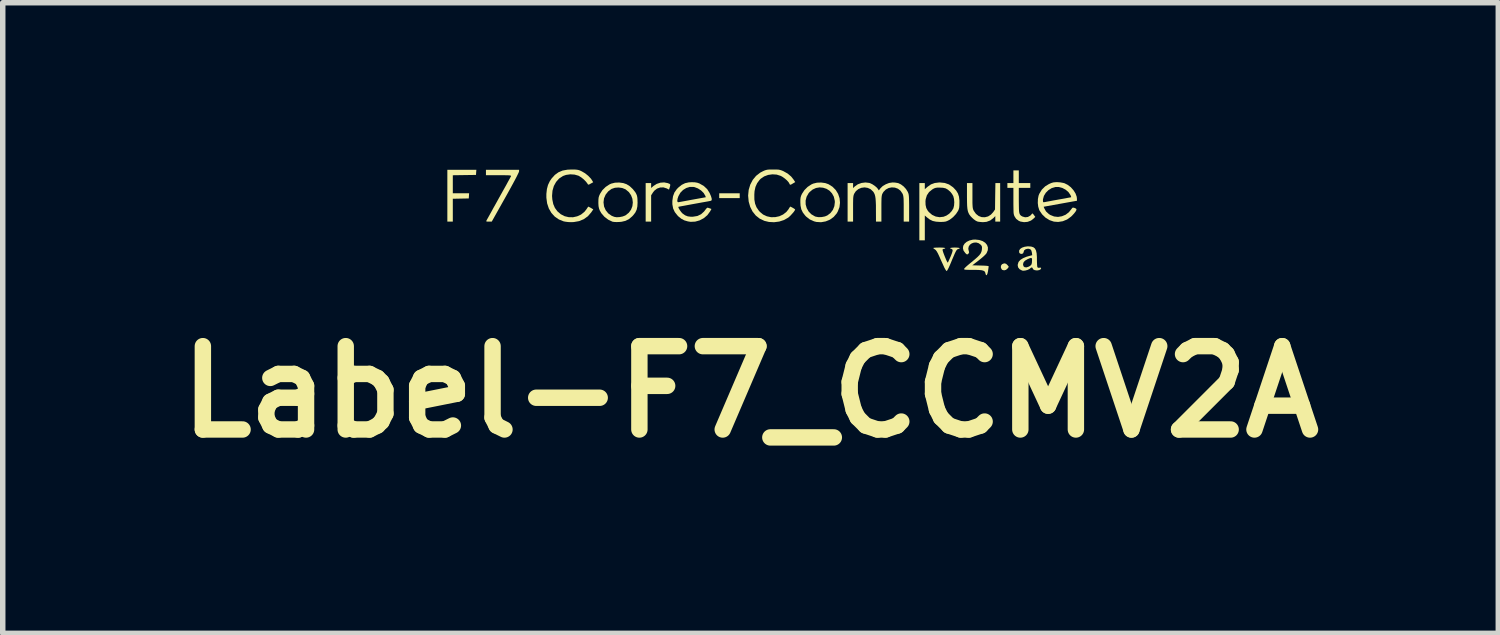
<source format=kicad_pcb>
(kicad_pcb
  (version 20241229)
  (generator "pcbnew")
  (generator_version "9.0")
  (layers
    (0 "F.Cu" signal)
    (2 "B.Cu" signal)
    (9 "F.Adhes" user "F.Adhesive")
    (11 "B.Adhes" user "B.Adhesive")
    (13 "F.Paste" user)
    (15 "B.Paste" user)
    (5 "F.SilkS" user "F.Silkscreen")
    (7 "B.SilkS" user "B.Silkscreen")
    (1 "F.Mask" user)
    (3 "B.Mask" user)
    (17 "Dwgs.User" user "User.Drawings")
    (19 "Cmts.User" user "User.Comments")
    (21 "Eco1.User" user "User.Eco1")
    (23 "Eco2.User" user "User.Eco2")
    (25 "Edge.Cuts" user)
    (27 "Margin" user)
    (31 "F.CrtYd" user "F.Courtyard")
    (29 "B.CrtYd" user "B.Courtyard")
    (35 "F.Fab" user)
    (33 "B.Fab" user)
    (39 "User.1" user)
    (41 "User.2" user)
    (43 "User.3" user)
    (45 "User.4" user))
  (footprint "Label-F7_CCMV2A"
    (layer "F.Cu")
    (at 10.875 0.915)
    (property "Reference" "Label-F7_CCMV2A" (at -0.2 3.2 0) (layer "F.SilkS") (effects (font (size 1.524 1.524) (thickness 0.3))))
    (attr through_hole)
    (fp_poly (pts (xy -0.397 -0.342) (xy -0.772 -0.342) (xy -0.772 -0.43) (xy -0.397 -0.43) (xy -0.397 -0.342)) (stroke (width 0) (type solid)) (fill yes) (layer "F.SilkS"))
    (fp_poly (pts (xy -5.217 -0.813) (xy -5.22 -0.766) (xy -5.644 -0.76) (xy -5.644 -0.43) (xy -5.346 -0.43) (xy -5.349 -0.383) (xy -5.352 -0.336) (xy -5.644 -0.33) (xy -5.644 0.088) (xy -5.744 0.088) (xy -5.744 -0.86) (xy -5.213 -0.86) (xy -5.217 -0.813)) (stroke (width 0) (type solid)) (fill yes) (layer "F.SilkS"))
    (fp_poly (pts (xy 4.474 0.859) (xy 4.502 0.885) (xy 4.524 0.915) (xy 4.502 0.945) (xy 4.473 0.97) (xy 4.439 0.979) (xy 4.408 0.972) (xy 4.395 0.962) (xy 4.379 0.93) (xy 4.38 0.896) (xy 4.398 0.869) (xy 4.404 0.865) (xy 4.44 0.851) (xy 4.474 0.859)) (stroke (width 0) (type solid)) (fill yes) (layer "F.SilkS"))
    (fp_poly (pts (xy -1.713 -0.616) (xy -1.703 -0.612) (xy -1.679 -0.602) (xy -1.668 -0.591) (xy -1.668 -0.573) (xy -1.676 -0.542) (xy -1.677 -0.539) (xy -1.69 -0.497) (xy -1.732 -0.519) (xy -1.791 -0.538) (xy -1.852 -0.536) (xy -1.909 -0.516) (xy -1.958 -0.478) (xy -1.984 -0.445) (xy -2.017 -0.393) (xy -2.017 0.088) (xy -2.117 0.088) (xy -2.117 -0.617) (xy -2.017 -0.617) (xy -2.017 -0.527) (xy -1.973 -0.565) (xy -1.915 -0.602) (xy -1.848 -0.624) (xy -1.779 -0.629) (xy -1.713 -0.616)) (stroke (width 0) (type solid)) (fill yes) (layer "F.SilkS"))
    (fp_poly (pts (xy -4.432 -0.832) (xy -4.437 -0.816) (xy -4.453 -0.782) (xy -4.477 -0.733) (xy -4.51 -0.67) (xy -4.551 -0.594) (xy -4.598 -0.508) (xy -4.651 -0.412) (xy -4.682 -0.357) (xy -4.932 0.088) (xy -4.986 0.088) (xy -5.017 0.088) (xy -5.031 0.084) (xy -5.031 0.075) (xy -5.026 0.063) (xy -5.018 0.049) (xy -5 0.017) (xy -4.974 -0.03) (xy -4.941 -0.089) (xy -4.903 -0.159) (xy -4.859 -0.237) (xy -4.813 -0.32) (xy -4.8 -0.344) (xy -4.753 -0.428) (xy -4.709 -0.507) (xy -4.669 -0.578) (xy -4.636 -0.639) (xy -4.609 -0.688) (xy -4.59 -0.723) (xy -4.58 -0.741) (xy -4.579 -0.743) (xy -4.579 -0.749) (xy -4.585 -0.753) (xy -4.6 -0.757) (xy -4.626 -0.759) (xy -4.667 -0.76) (xy -4.724 -0.761) (xy -4.8 -0.761) (xy -5.038 -0.761) (xy -5.038 -0.86) (xy -4.432 -0.86) (xy -4.432 -0.832)) (stroke (width 0) (type solid)) (fill yes) (layer "F.SilkS"))
    (fp_poly (pts (xy 3.859 -0.388) (xy 3.859 -0.311) (xy 3.859 -0.252) (xy 3.861 -0.208) (xy 3.863 -0.177) (xy 3.867 -0.153) (xy 3.872 -0.134) (xy 3.88 -0.117) (xy 3.883 -0.11) (xy 3.923 -0.054) (xy 3.972 -0.015) (xy 4.028 0.006) (xy 4.087 0.008) (xy 4.145 -0.007) (xy 4.198 -0.041) (xy 4.239 -0.086) (xy 4.272 -0.134) (xy 4.275 -0.376) (xy 4.279 -0.617) (xy 4.366 -0.617) (xy 4.366 0.088) (xy 4.277 0.088) (xy 4.277 -0.013) (xy 4.242 0.023) (xy 4.184 0.067) (xy 4.117 0.092) (xy 4.051 0.098) (xy 4.008 0.095) (xy 3.967 0.09) (xy 3.947 0.085) (xy 3.919 0.071) (xy 3.884 0.046) (xy 3.852 0.017) (xy 3.824 -0.012) (xy 3.803 -0.04) (xy 3.787 -0.07) (xy 3.775 -0.104) (xy 3.767 -0.147) (xy 3.762 -0.202) (xy 3.76 -0.271) (xy 3.759 -0.359) (xy 3.759 -0.382) (xy 3.759 -0.617) (xy 3.859 -0.617) (xy 3.859 -0.388)) (stroke (width 0) (type solid)) (fill yes) (layer "F.SilkS"))
    (fp_poly (pts (xy 4.707 -0.617) (xy 4.917 -0.617) (xy 4.917 -0.529) (xy 4.707 -0.529) (xy 4.707 -0.3) (xy 4.708 -0.218) (xy 4.709 -0.154) (xy 4.711 -0.107) (xy 4.716 -0.072) (xy 4.724 -0.048) (xy 4.736 -0.031) (xy 4.751 -0.018) (xy 4.772 -0.006) (xy 4.774 -0.005) (xy 4.823 0.009) (xy 4.873 0.003) (xy 4.918 -0.022) (xy 4.943 -0.049) (xy 4.953 -0.061) (xy 4.963 -0.058) (xy 4.978 -0.04) (xy 4.982 -0.034) (xy 5.008 0.001) (xy 4.982 0.028) (xy 4.931 0.068) (xy 4.869 0.092) (xy 4.803 0.098) (xy 4.738 0.087) (xy 4.707 0.074) (xy 4.659 0.038) (xy 4.634 0.000441) (xy 4.625 -0.016) (xy 4.619 -0.033) (xy 4.614 -0.053) (xy 4.611 -0.08) (xy 4.61 -0.116) (xy 4.609 -0.166) (xy 4.608 -0.232) (xy 4.608 -0.288) (xy 4.608 -0.529) (xy 4.498 -0.529) (xy 4.498 -0.617) (xy 4.608 -0.617) (xy 4.608 -0.849) (xy 4.707 -0.849) (xy 4.707 -0.617)) (stroke (width 0) (type solid)) (fill yes) (layer "F.SilkS"))
    (fp_poly (pts (xy 1.167 -0.617) (xy 1.227 -0.596) (xy 1.301 -0.549) (xy 1.36 -0.489) (xy 1.403 -0.418) (xy 1.429 -0.34) (xy 1.437 -0.258) (xy 1.427 -0.176) (xy 1.396 -0.096) (xy 1.376 -0.061) (xy 1.321 0.003) (xy 1.253 0.052) (xy 1.175 0.084) (xy 1.091 0.099) (xy 1.006 0.094) (xy 0.963 0.083) (xy 0.886 0.049) (xy 0.818 -0.004) (xy 0.8 -0.023) (xy 0.757 -0.079) (xy 0.729 -0.137) (xy 0.715 -0.204) (xy 0.712 -0.265) (xy 0.712 -0.297) (xy 0.808 -0.297) (xy 0.809 -0.226) (xy 0.828 -0.159) (xy 0.863 -0.097) (xy 0.913 -0.046) (xy 0.978 -0.008) (xy 0.988 -0.004) (xy 1.04 0.006) (xy 1.101 0.005) (xy 1.162 -0.007) (xy 1.205 -0.025) (xy 1.263 -0.069) (xy 1.307 -0.127) (xy 1.334 -0.195) (xy 1.343 -0.27) (xy 1.341 -0.295) (xy 1.324 -0.368) (xy 1.291 -0.428) (xy 1.246 -0.477) (xy 1.19 -0.512) (xy 1.128 -0.532) (xy 1.063 -0.538) (xy 0.998 -0.527) (xy 0.937 -0.499) (xy 0.882 -0.454) (xy 0.863 -0.432) (xy 0.826 -0.367) (xy 0.808 -0.297) (xy 0.712 -0.297) (xy 0.712 -0.315) (xy 0.716 -0.352) (xy 0.725 -0.384) (xy 0.741 -0.419) (xy 0.742 -0.421) (xy 0.786 -0.488) (xy 0.845 -0.547) (xy 0.913 -0.592) (xy 0.946 -0.607) (xy 1.015 -0.624) (xy 1.092 -0.627) (xy 1.167 -0.617)) (stroke (width 0) (type solid)) (fill yes) (layer "F.SilkS"))
    (fp_poly (pts (xy 3.585 0.564) (xy 3.615 0.568) (xy 3.627 0.574) (xy 3.62 0.582) (xy 3.6 0.589) (xy 3.588 0.593) (xy 3.577 0.601) (xy 3.565 0.616) (xy 3.552 0.639) (xy 3.535 0.674) (xy 3.514 0.723) (xy 3.486 0.788) (xy 3.467 0.835) (xy 3.443 0.891) (xy 3.422 0.937) (xy 3.404 0.971) (xy 3.391 0.99) (xy 3.388 0.992) (xy 3.377 0.983) (xy 3.361 0.958) (xy 3.342 0.923) (xy 3.34 0.918) (xy 3.321 0.875) (xy 3.296 0.821) (xy 3.27 0.763) (xy 3.255 0.729) (xy 3.228 0.671) (xy 3.206 0.632) (xy 3.187 0.607) (xy 3.173 0.596) (xy 3.152 0.582) (xy 3.142 0.571) (xy 3.142 0.571) (xy 3.152 0.567) (xy 3.18 0.564) (xy 3.22 0.563) (xy 3.252 0.562) (xy 3.303 0.563) (xy 3.34 0.566) (xy 3.36 0.571) (xy 3.362 0.573) (xy 3.353 0.582) (xy 3.34 0.584) (xy 3.319 0.591) (xy 3.312 0.6) (xy 3.314 0.614) (xy 3.322 0.643) (xy 3.336 0.682) (xy 3.353 0.725) (xy 3.37 0.766) (xy 3.386 0.803) (xy 3.399 0.828) (xy 3.407 0.838) (xy 3.414 0.828) (xy 3.426 0.802) (xy 3.443 0.764) (xy 3.46 0.726) (xy 3.481 0.673) (xy 3.493 0.636) (xy 3.497 0.613) (xy 3.494 0.6) (xy 3.493 0.599) (xy 3.475 0.586) (xy 3.466 0.584) (xy 3.452 0.578) (xy 3.451 0.573) (xy 3.461 0.568) (xy 3.489 0.564) (xy 3.531 0.562) (xy 3.539 0.562) (xy 3.585 0.564)) (stroke (width 0) (type solid)) (fill yes) (layer "F.SilkS"))
    (fp_poly (pts (xy -2.526 -0.617) (xy -2.466 -0.596) (xy -2.407 -0.559) (xy -2.352 -0.507) (xy -2.306 -0.449) (xy -2.291 -0.422) (xy -2.278 -0.392) (xy -2.271 -0.361) (xy -2.267 -0.324) (xy -2.266 -0.272) (xy -2.265 -0.265) (xy -2.269 -0.189) (xy -2.282 -0.129) (xy -2.307 -0.077) (xy -2.346 -0.027) (xy -2.365 -0.007) (xy -2.424 0.043) (xy -2.487 0.074) (xy -2.559 0.091) (xy -2.607 0.095) (xy -2.653 0.096) (xy -2.693 0.094) (xy -2.72 0.09) (xy -2.723 0.09) (xy -2.801 0.053) (xy -2.871 -0.000155) (xy -2.928 -0.066) (xy -2.958 -0.119) (xy -2.971 -0.155) (xy -2.979 -0.195) (xy -2.982 -0.246) (xy -2.982 -0.265) (xy -2.888 -0.265) (xy -2.878 -0.188) (xy -2.848 -0.12) (xy -2.801 -0.062) (xy -2.738 -0.018) (xy -2.69 0.001) (xy -2.647 0.008) (xy -2.593 0.005) (xy -2.538 -0.006) (xy -2.491 -0.024) (xy -2.484 -0.028) (xy -2.426 -0.074) (xy -2.385 -0.13) (xy -2.36 -0.194) (xy -2.352 -0.262) (xy -2.36 -0.33) (xy -2.384 -0.394) (xy -2.424 -0.452) (xy -2.481 -0.499) (xy -2.488 -0.504) (xy -2.546 -0.527) (xy -2.613 -0.536) (xy -2.68 -0.531) (xy -2.738 -0.511) (xy -2.74 -0.511) (xy -2.802 -0.465) (xy -2.849 -0.406) (xy -2.879 -0.337) (xy -2.888 -0.265) (xy -2.982 -0.265) (xy -2.981 -0.316) (xy -2.977 -0.353) (xy -2.967 -0.386) (xy -2.951 -0.421) (xy -2.908 -0.488) (xy -2.848 -0.547) (xy -2.78 -0.592) (xy -2.747 -0.607) (xy -2.678 -0.624) (xy -2.601 -0.627) (xy -2.526 -0.617)) (stroke (width 0) (type solid)) (fill yes) (layer "F.SilkS"))
    (fp_poly (pts (xy -3.419 -0.865) (xy -3.38 -0.862) (xy -3.349 -0.857) (xy -3.319 -0.847) (xy -3.285 -0.831) (xy -3.225 -0.796) (xy -3.168 -0.75) (xy -3.119 -0.699) (xy -3.096 -0.665) (xy -3.077 -0.632) (xy -3.122 -0.607) (xy -3.149 -0.592) (xy -3.164 -0.588) (xy -3.173 -0.593) (xy -3.178 -0.602) (xy -3.207 -0.641) (xy -3.249 -0.684) (xy -3.295 -0.721) (xy -3.339 -0.748) (xy -3.344 -0.751) (xy -3.417 -0.772) (xy -3.496 -0.777) (xy -3.574 -0.766) (xy -3.63 -0.746) (xy -3.7 -0.7) (xy -3.755 -0.638) (xy -3.796 -0.564) (xy -3.821 -0.478) (xy -3.829 -0.382) (xy -3.824 -0.316) (xy -3.807 -0.233) (xy -3.777 -0.163) (xy -3.732 -0.101) (xy -3.731 -0.1) (xy -3.669 -0.047) (xy -3.599 -0.011) (xy -3.523 0.007) (xy -3.445 0.008) (xy -3.369 -0.009) (xy -3.299 -0.041) (xy -3.237 -0.091) (xy -3.202 -0.135) (xy -3.184 -0.162) (xy -3.171 -0.181) (xy -3.168 -0.186) (xy -3.158 -0.183) (xy -3.135 -0.171) (xy -3.12 -0.163) (xy -3.075 -0.136) (xy -3.112 -0.082) (xy -3.173 -0.011) (xy -3.248 0.043) (xy -3.335 0.079) (xy -3.432 0.096) (xy -3.482 0.098) (xy -3.532 0.096) (xy -3.581 0.09) (xy -3.618 0.083) (xy -3.705 0.048) (xy -3.78 -0.004) (xy -3.841 -0.071) (xy -3.888 -0.152) (xy -3.919 -0.245) (xy -3.933 -0.349) (xy -3.933 -0.419) (xy -3.923 -0.508) (xy -3.903 -0.583) (xy -3.87 -0.652) (xy -3.836 -0.702) (xy -3.777 -0.767) (xy -3.712 -0.814) (xy -3.636 -0.846) (xy -3.547 -0.862) (xy -3.473 -0.865) (xy -3.419 -0.865)) (stroke (width 0) (type solid)) (fill yes) (layer "F.SilkS"))
    (fp_poly (pts (xy 3.353 -0.619) (xy 3.43 -0.592) (xy 3.499 -0.544) (xy 3.513 -0.532) (xy 3.562 -0.479) (xy 3.594 -0.426) (xy 3.613 -0.368) (xy 3.621 -0.298) (xy 3.621 -0.265) (xy 3.62 -0.21) (xy 3.617 -0.17) (xy 3.609 -0.139) (xy 3.597 -0.11) (xy 3.597 -0.11) (xy 3.558 -0.051) (xy 3.505 0.006) (xy 3.445 0.052) (xy 3.423 0.064) (xy 3.392 0.079) (xy 3.363 0.088) (xy 3.329 0.092) (xy 3.281 0.094) (xy 3.269 0.094) (xy 3.194 0.089) (xy 3.133 0.076) (xy 3.079 0.05) (xy 3.028 0.011) (xy 2.988 -0.024) (xy 2.988 0.43) (xy 2.888 0.43) (xy 2.888 -0.286) (xy 3 -0.286) (xy 3.002 -0.217) (xy 3.015 -0.16) (xy 3.042 -0.111) (xy 3.063 -0.086) (xy 3.121 -0.036) (xy 3.187 -0.005) (xy 3.258 0.007) (xy 3.33 -0.001) (xy 3.383 -0.022) (xy 3.435 -0.057) (xy 3.48 -0.105) (xy 3.511 -0.156) (xy 3.511 -0.157) (xy 3.523 -0.206) (xy 3.527 -0.266) (xy 3.522 -0.326) (xy 3.509 -0.377) (xy 3.507 -0.381) (xy 3.486 -0.418) (xy 3.458 -0.454) (xy 3.451 -0.461) (xy 3.409 -0.497) (xy 3.369 -0.52) (xy 3.321 -0.531) (xy 3.262 -0.534) (xy 3.216 -0.534) (xy 3.184 -0.529) (xy 3.156 -0.519) (xy 3.125 -0.501) (xy 3.066 -0.453) (xy 3.026 -0.394) (xy 3.004 -0.322) (xy 3 -0.286) (xy 2.888 -0.286) (xy 2.888 -0.617) (xy 2.988 -0.617) (xy 2.988 -0.505) (xy 3.038 -0.549) (xy 3.1 -0.593) (xy 3.169 -0.618) (xy 3.25 -0.628) (xy 3.265 -0.628) (xy 3.353 -0.619)) (stroke (width 0) (type solid)) (fill yes) (layer "F.SilkS"))
    (fp_poly (pts (xy 3.984 0.424) (xy 4.045 0.444) (xy 4.093 0.475) (xy 4.126 0.515) (xy 4.142 0.56) (xy 4.14 0.61) (xy 4.119 0.662) (xy 4.107 0.679) (xy 4.086 0.701) (xy 4.053 0.732) (xy 4.011 0.767) (xy 3.966 0.803) (xy 3.856 0.887) (xy 4.006 0.891) (xy 4.07 0.893) (xy 4.118 0.896) (xy 4.147 0.9) (xy 4.156 0.905) (xy 4.154 0.921) (xy 4.15 0.952) (xy 4.144 0.991) (xy 4.144 0.993) (xy 4.134 1.037) (xy 4.123 1.063) (xy 4.112 1.069) (xy 4.102 1.054) (xy 4.096 1.032) (xy 4.09 1.011) (xy 4.077 0.995) (xy 4.055 0.984) (xy 4.021 0.976) (xy 3.972 0.972) (xy 3.905 0.97) (xy 3.862 0.97) (xy 3.799 0.97) (xy 3.755 0.969) (xy 3.727 0.967) (xy 3.712 0.963) (xy 3.706 0.958) (xy 3.706 0.952) (xy 3.716 0.94) (xy 3.739 0.916) (xy 3.774 0.885) (xy 3.817 0.849) (xy 3.836 0.834) (xy 3.9 0.781) (xy 3.949 0.738) (xy 3.984 0.703) (xy 4.008 0.672) (xy 4.022 0.642) (xy 4.03 0.612) (xy 4.032 0.595) (xy 4.034 0.559) (xy 4.029 0.535) (xy 4.015 0.515) (xy 4.012 0.512) (xy 3.973 0.483) (xy 3.93 0.47) (xy 3.886 0.472) (xy 3.846 0.486) (xy 3.812 0.511) (xy 3.79 0.545) (xy 3.783 0.585) (xy 3.791 0.622) (xy 3.798 0.648) (xy 3.792 0.666) (xy 3.783 0.676) (xy 3.769 0.687) (xy 3.758 0.688) (xy 3.741 0.675) (xy 3.728 0.662) (xy 3.696 0.618) (xy 3.685 0.574) (xy 3.691 0.53) (xy 3.715 0.491) (xy 3.753 0.458) (xy 3.804 0.433) (xy 3.867 0.418) (xy 3.911 0.416) (xy 3.984 0.424)) (stroke (width 0) (type solid)) (fill yes) (layer "F.SilkS"))
    (fp_poly (pts (xy 0.271 -0.865) (xy 0.311 -0.863) (xy 0.342 -0.857) (xy 0.37 -0.848) (xy 0.401 -0.835) (xy 0.481 -0.79) (xy 0.543 -0.737) (xy 0.584 -0.686) (xy 0.618 -0.635) (xy 0.576 -0.61) (xy 0.546 -0.592) (xy 0.528 -0.586) (xy 0.519 -0.591) (xy 0.513 -0.604) (xy 0.497 -0.632) (xy 0.467 -0.666) (xy 0.428 -0.7) (xy 0.386 -0.73) (xy 0.354 -0.748) (xy 0.279 -0.772) (xy 0.201 -0.777) (xy 0.123 -0.766) (xy 0.05 -0.739) (xy -0.012 -0.697) (xy -0.034 -0.675) (xy -0.079 -0.614) (xy -0.109 -0.547) (xy -0.126 -0.469) (xy -0.13 -0.406) (xy -0.129 -0.315) (xy -0.116 -0.24) (xy -0.09 -0.174) (xy -0.049 -0.114) (xy -0.028 -0.09) (xy 0.031 -0.041) (xy 0.1 -0.009) (xy 0.175 0.007) (xy 0.252 0.006) (xy 0.327 -0.01) (xy 0.396 -0.042) (xy 0.456 -0.089) (xy 0.493 -0.135) (xy 0.51 -0.163) (xy 0.522 -0.181) (xy 0.525 -0.186) (xy 0.535 -0.184) (xy 0.557 -0.173) (xy 0.582 -0.159) (xy 0.604 -0.145) (xy 0.616 -0.134) (xy 0.617 -0.133) (xy 0.609 -0.116) (xy 0.59 -0.088) (xy 0.562 -0.056) (xy 0.532 -0.023) (xy 0.502 0.005) (xy 0.488 0.016) (xy 0.412 0.059) (xy 0.325 0.087) (xy 0.231 0.099) (xy 0.137 0.094) (xy 0.054 0.074) (xy -0.031 0.034) (xy -0.103 -0.023) (xy -0.162 -0.096) (xy -0.205 -0.181) (xy -0.233 -0.278) (xy -0.243 -0.385) (xy -0.243 -0.39) (xy -0.233 -0.493) (xy -0.204 -0.589) (xy -0.159 -0.675) (xy -0.098 -0.749) (xy -0.022 -0.808) (xy 0.02 -0.83) (xy 0.054 -0.846) (xy 0.083 -0.856) (xy 0.112 -0.862) (xy 0.149 -0.865) (xy 0.2 -0.865) (xy 0.215 -0.865) (xy 0.271 -0.865)) (stroke (width 0) (type solid)) (fill yes) (layer "F.SilkS"))
    (fp_poly (pts (xy 4.932 0.544) (xy 4.972 0.556) (xy 5.001 0.579) (xy 5.021 0.615) (xy 5.033 0.667) (xy 5.038 0.737) (xy 5.038 0.78) (xy 5.039 0.832) (xy 5.041 0.877) (xy 5.044 0.909) (xy 5.048 0.924) (xy 5.066 0.933) (xy 5.086 0.931) (xy 5.108 0.929) (xy 5.115 0.938) (xy 5.115 0.941) (xy 5.105 0.961) (xy 5.078 0.975) (xy 5.04 0.981) (xy 5.038 0.981) (xy 5 0.976) (xy 4.973 0.963) (xy 4.961 0.944) (xy 4.961 0.942) (xy 4.953 0.929) (xy 4.936 0.927) (xy 4.922 0.937) (xy 4.9 0.956) (xy 4.865 0.972) (xy 4.824 0.983) (xy 4.786 0.986) (xy 4.768 0.983) (xy 4.722 0.959) (xy 4.694 0.924) (xy 4.686 0.881) (xy 4.688 0.874) (xy 4.785 0.874) (xy 4.793 0.905) (xy 4.815 0.922) (xy 4.848 0.925) (xy 4.887 0.912) (xy 4.907 0.901) (xy 4.929 0.884) (xy 4.94 0.867) (xy 4.946 0.841) (xy 4.948 0.813) (xy 4.949 0.777) (xy 4.944 0.757) (xy 4.93 0.751) (xy 4.904 0.759) (xy 4.865 0.776) (xy 4.821 0.802) (xy 4.795 0.83) (xy 4.785 0.864) (xy 4.785 0.874) (xy 4.688 0.874) (xy 4.699 0.834) (xy 4.708 0.818) (xy 4.738 0.786) (xy 4.786 0.756) (xy 4.849 0.73) (xy 4.899 0.716) (xy 4.952 0.702) (xy 4.947 0.659) (xy 4.937 0.618) (xy 4.918 0.594) (xy 4.888 0.585) (xy 4.873 0.584) (xy 4.835 0.592) (xy 4.807 0.611) (xy 4.796 0.639) (xy 4.796 0.642) (xy 4.787 0.665) (xy 4.767 0.678) (xy 4.743 0.678) (xy 4.721 0.665) (xy 4.713 0.649) (xy 4.713 0.617) (xy 4.731 0.588) (xy 4.766 0.564) (xy 4.813 0.548) (xy 4.869 0.54) (xy 4.878 0.54) (xy 4.932 0.544)) (stroke (width 0) (type solid)) (fill yes) (layer "F.SilkS"))
    (fp_poly (pts (xy 5.464 -0.63) (xy 5.519 -0.62) (xy 5.542 -0.614) (xy 5.602 -0.584) (xy 5.658 -0.541) (xy 5.706 -0.487) (xy 5.743 -0.429) (xy 5.765 -0.37) (xy 5.769 -0.34) (xy 5.771 -0.294) (xy 5.466 -0.239) (xy 5.161 -0.184) (xy 5.172 -0.157) (xy 5.204 -0.099) (xy 5.256 -0.051) (xy 5.284 -0.033) (xy 5.352 -0.006) (xy 5.424 0.002) (xy 5.495 -0.01) (xy 5.563 -0.038) (xy 5.622 -0.083) (xy 5.668 -0.14) (xy 5.684 -0.162) (xy 5.698 -0.169) (xy 5.72 -0.164) (xy 5.722 -0.164) (xy 5.747 -0.153) (xy 5.761 -0.142) (xy 5.76 -0.124) (xy 5.745 -0.096) (xy 5.718 -0.061) (xy 5.682 -0.022) (xy 5.661 -0.002) (xy 5.59 0.049) (xy 5.511 0.081) (xy 5.427 0.094) (xy 5.348 0.088) (xy 5.269 0.061) (xy 5.196 0.016) (xy 5.133 -0.045) (xy 5.085 -0.116) (xy 5.079 -0.13) (xy 5.062 -0.186) (xy 5.054 -0.253) (xy 5.056 -0.301) (xy 5.148 -0.301) (xy 5.15 -0.275) (xy 5.158 -0.266) (xy 5.173 -0.268) (xy 5.191 -0.271) (xy 5.227 -0.278) (xy 5.278 -0.287) (xy 5.339 -0.299) (xy 5.408 -0.311) (xy 5.429 -0.315) (xy 5.498 -0.327) (xy 5.559 -0.338) (xy 5.609 -0.348) (xy 5.645 -0.354) (xy 5.663 -0.358) (xy 5.665 -0.359) (xy 5.663 -0.37) (xy 5.654 -0.393) (xy 5.649 -0.402) (xy 5.614 -0.453) (xy 5.563 -0.496) (xy 5.503 -0.528) (xy 5.439 -0.545) (xy 5.377 -0.545) (xy 5.309 -0.525) (xy 5.249 -0.488) (xy 5.201 -0.44) (xy 5.166 -0.383) (xy 5.149 -0.321) (xy 5.148 -0.301) (xy 5.056 -0.301) (xy 5.056 -0.323) (xy 5.068 -0.386) (xy 5.081 -0.42) (xy 5.128 -0.497) (xy 5.189 -0.557) (xy 5.256 -0.598) (xy 5.301 -0.618) (xy 5.338 -0.629) (xy 5.379 -0.633) (xy 5.407 -0.634) (xy 5.464 -0.63)) (stroke (width 0) (type solid)) (fill yes) (layer "F.SilkS"))
    (fp_poly (pts (xy 2.445 -0.626) (xy 2.488 -0.619) (xy 2.505 -0.615) (xy 2.552 -0.592) (xy 2.601 -0.555) (xy 2.644 -0.508) (xy 2.675 -0.458) (xy 2.683 -0.439) (xy 2.69 -0.42) (xy 2.694 -0.399) (xy 2.697 -0.371) (xy 2.699 -0.334) (xy 2.7 -0.285) (xy 2.701 -0.219) (xy 2.701 -0.157) (xy 2.701 0.088) (xy 2.602 0.088) (xy 2.602 -0.145) (xy 2.602 -0.224) (xy 2.601 -0.284) (xy 2.6 -0.329) (xy 2.597 -0.361) (xy 2.593 -0.386) (xy 2.588 -0.405) (xy 2.581 -0.422) (xy 2.578 -0.427) (xy 2.543 -0.478) (xy 2.496 -0.514) (xy 2.441 -0.534) (xy 2.383 -0.538) (xy 2.327 -0.527) (xy 2.275 -0.499) (xy 2.232 -0.456) (xy 2.216 -0.429) (xy 2.208 -0.413) (xy 2.203 -0.395) (xy 2.199 -0.372) (xy 2.196 -0.341) (xy 2.195 -0.297) (xy 2.194 -0.239) (xy 2.194 -0.162) (xy 2.194 -0.149) (xy 2.194 0.088) (xy 2.095 0.088) (xy 2.094 -0.119) (xy 2.094 -0.209) (xy 2.091 -0.28) (xy 2.087 -0.336) (xy 2.08 -0.38) (xy 2.07 -0.414) (xy 2.056 -0.442) (xy 2.043 -0.461) (xy 1.998 -0.504) (xy 1.944 -0.529) (xy 1.886 -0.538) (xy 1.827 -0.53) (xy 1.773 -0.507) (xy 1.727 -0.469) (xy 1.699 -0.427) (xy 1.691 -0.41) (xy 1.685 -0.391) (xy 1.681 -0.368) (xy 1.678 -0.338) (xy 1.677 -0.297) (xy 1.676 -0.241) (xy 1.676 -0.168) (xy 1.676 -0.145) (xy 1.676 0.088) (xy 1.576 0.088) (xy 1.576 -0.617) (xy 1.676 -0.617) (xy 1.676 -0.525) (xy 1.706 -0.554) (xy 1.762 -0.594) (xy 1.83 -0.619) (xy 1.902 -0.628) (xy 1.971 -0.62) (xy 1.985 -0.616) (xy 2.029 -0.595) (xy 2.074 -0.565) (xy 2.112 -0.532) (xy 2.128 -0.512) (xy 2.147 -0.483) (xy 2.177 -0.522) (xy 2.218 -0.562) (xy 2.274 -0.595) (xy 2.335 -0.619) (xy 2.396 -0.628) (xy 2.401 -0.628) (xy 2.445 -0.626)) (stroke (width 0) (type solid)) (fill yes) (layer "F.SilkS"))
    (fp_poly (pts (xy -1.218 -0.631) (xy -1.175 -0.624) (xy -1.137 -0.611) (xy -1.131 -0.608) (xy -1.053 -0.563) (xy -0.992 -0.506) (xy -0.949 -0.438) (xy -0.923 -0.379) (xy -0.91 -0.336) (xy -0.909 -0.308) (xy -0.92 -0.294) (xy -0.923 -0.294) (xy -0.939 -0.29) (xy -0.973 -0.283) (xy -1.023 -0.274) (xy -1.086 -0.263) (xy -1.157 -0.25) (xy -1.229 -0.237) (xy -1.306 -0.223) (xy -1.375 -0.21) (xy -1.434 -0.199) (xy -1.479 -0.191) (xy -1.509 -0.185) (xy -1.519 -0.182) (xy -1.518 -0.169) (xy -1.507 -0.145) (xy -1.488 -0.116) (xy -1.467 -0.087) (xy -1.446 -0.064) (xy -1.442 -0.06) (xy -1.395 -0.027) (xy -1.346 -0.008) (xy -1.289 -0.001) (xy -1.251 -0.002) (xy -1.171 -0.015) (xy -1.104 -0.047) (xy -1.049 -0.097) (xy -1.03 -0.122) (xy -1.006 -0.153) (xy -0.987 -0.167) (xy -0.981 -0.167) (xy -0.958 -0.159) (xy -0.939 -0.153) (xy -0.914 -0.143) (xy -0.939 -0.098) (xy -0.989 -0.03) (xy -1.054 0.025) (xy -1.129 0.065) (xy -1.211 0.088) (xy -1.295 0.092) (xy -1.345 0.084) (xy -1.41 0.065) (xy -1.463 0.037) (xy -1.514 -0.003) (xy -1.534 -0.023) (xy -1.584 -0.086) (xy -1.615 -0.153) (xy -1.629 -0.23) (xy -1.629 -0.291) (xy -1.539 -0.291) (xy -1.533 -0.27) (xy -1.515 -0.267) (xy -1.511 -0.267) (xy -1.496 -0.271) (xy -1.461 -0.277) (xy -1.412 -0.286) (xy -1.352 -0.297) (xy -1.283 -0.31) (xy -1.255 -0.315) (xy -1.017 -0.358) (xy -1.026 -0.384) (xy -1.057 -0.436) (xy -1.104 -0.482) (xy -1.161 -0.519) (xy -1.224 -0.543) (xy -1.241 -0.546) (xy -1.309 -0.547) (xy -1.374 -0.527) (xy -1.433 -0.491) (xy -1.482 -0.441) (xy -1.518 -0.378) (xy -1.534 -0.33) (xy -1.539 -0.291) (xy -1.629 -0.291) (xy -1.629 -0.292) (xy -1.617 -0.375) (xy -1.591 -0.445) (xy -1.547 -0.507) (xy -1.516 -0.538) (xy -1.457 -0.585) (xy -1.396 -0.615) (xy -1.328 -0.63) (xy -1.273 -0.633) (xy -1.218 -0.631)) (stroke (width 0) (type solid)) (fill yes) (layer "F.SilkS"))
    (fp_poly (pts (xy -0.397 -0.342) (xy -0.772 -0.342) (xy -0.772 -0.43) (xy -0.397 -0.43) (xy -0.397 -0.342)) (stroke (width 0.1) (type solid)) (fill no) (layer "Eco1.User"))
    (fp_poly (pts (xy -5.217 -0.813) (xy -5.22 -0.766) (xy -5.644 -0.76) (xy -5.644 -0.43) (xy -5.346 -0.43) (xy -5.349 -0.383) (xy -5.352 -0.336) (xy -5.644 -0.33) (xy -5.644 0.088) (xy -5.744 0.088) (xy -5.744 -0.86) (xy -5.213 -0.86) (xy -5.217 -0.813)) (stroke (width 0.1) (type solid)) (fill no) (layer "Eco1.User"))
    (fp_poly (pts (xy 4.474 0.859) (xy 4.502 0.885) (xy 4.524 0.915) (xy 4.502 0.945) (xy 4.473 0.97) (xy 4.439 0.979) (xy 4.408 0.972) (xy 4.395 0.962) (xy 4.379 0.93) (xy 4.38 0.896) (xy 4.398 0.869) (xy 4.404 0.865) (xy 4.44 0.851) (xy 4.474 0.859)) (stroke (width 0.1) (type solid)) (fill no) (layer "Eco1.User"))
    (fp_poly (pts (xy -1.713 -0.616) (xy -1.703 -0.612) (xy -1.679 -0.602) (xy -1.668 -0.591) (xy -1.668 -0.573) (xy -1.676 -0.542) (xy -1.677 -0.539) (xy -1.69 -0.497) (xy -1.732 -0.519) (xy -1.791 -0.538) (xy -1.852 -0.536) (xy -1.909 -0.516) (xy -1.958 -0.478) (xy -1.984 -0.445) (xy -2.017 -0.393) (xy -2.017 0.088) (xy -2.117 0.088) (xy -2.117 -0.617) (xy -2.017 -0.617) (xy -2.017 -0.527) (xy -1.973 -0.565) (xy -1.915 -0.602) (xy -1.848 -0.624) (xy -1.779 -0.629) (xy -1.713 -0.616)) (stroke (width 0.1) (type solid)) (fill no) (layer "Eco1.User"))
    (fp_poly (pts (xy -4.432 -0.832) (xy -4.437 -0.816) (xy -4.453 -0.782) (xy -4.477 -0.733) (xy -4.51 -0.67) (xy -4.551 -0.594) (xy -4.598 -0.508) (xy -4.651 -0.412) (xy -4.682 -0.357) (xy -4.932 0.088) (xy -4.986 0.088) (xy -5.017 0.088) (xy -5.031 0.084) (xy -5.031 0.075) (xy -5.026 0.063) (xy -5.018 0.049) (xy -5 0.017) (xy -4.974 -0.03) (xy -4.941 -0.089) (xy -4.903 -0.159) (xy -4.859 -0.237) (xy -4.813 -0.32) (xy -4.8 -0.344) (xy -4.753 -0.428) (xy -4.709 -0.507) (xy -4.669 -0.578) (xy -4.636 -0.639) (xy -4.609 -0.688) (xy -4.59 -0.723) (xy -4.58 -0.741) (xy -4.579 -0.743) (xy -4.579 -0.749) (xy -4.585 -0.753) (xy -4.6 -0.757) (xy -4.626 -0.759) (xy -4.667 -0.76) (xy -4.724 -0.761) (xy -4.8 -0.761) (xy -5.038 -0.761) (xy -5.038 -0.86) (xy -4.432 -0.86) (xy -4.432 -0.832)) (stroke (width 0.1) (type solid)) (fill no) (layer "Eco1.User"))
    (fp_poly (pts (xy 3.859 -0.388) (xy 3.859 -0.311) (xy 3.859 -0.252) (xy 3.861 -0.208) (xy 3.863 -0.177) (xy 3.867 -0.153) (xy 3.872 -0.134) (xy 3.88 -0.117) (xy 3.883 -0.11) (xy 3.923 -0.054) (xy 3.972 -0.015) (xy 4.028 0.006) (xy 4.087 0.008) (xy 4.145 -0.007) (xy 4.198 -0.041) (xy 4.239 -0.086) (xy 4.272 -0.134) (xy 4.275 -0.376) (xy 4.279 -0.617) (xy 4.366 -0.617) (xy 4.366 0.088) (xy 4.277 0.088) (xy 4.277 -0.013) (xy 4.242 0.023) (xy 4.184 0.067) (xy 4.117 0.092) (xy 4.051 0.098) (xy 4.008 0.095) (xy 3.967 0.09) (xy 3.947 0.085) (xy 3.919 0.071) (xy 3.884 0.046) (xy 3.852 0.017) (xy 3.824 -0.012) (xy 3.803 -0.04) (xy 3.787 -0.07) (xy 3.775 -0.104) (xy 3.767 -0.147) (xy 3.762 -0.202) (xy 3.76 -0.271) (xy 3.759 -0.359) (xy 3.759 -0.382) (xy 3.759 -0.617) (xy 3.859 -0.617) (xy 3.859 -0.388)) (stroke (width 0.1) (type solid)) (fill no) (layer "Eco1.User"))
    (fp_poly (pts (xy 4.707 -0.617) (xy 4.917 -0.617) (xy 4.917 -0.529) (xy 4.707 -0.529) (xy 4.707 -0.3) (xy 4.708 -0.218) (xy 4.709 -0.154) (xy 4.711 -0.107) (xy 4.716 -0.072) (xy 4.724 -0.048) (xy 4.736 -0.031) (xy 4.751 -0.018) (xy 4.772 -0.006) (xy 4.774 -0.005) (xy 4.823 0.009) (xy 4.873 0.003) (xy 4.918 -0.022) (xy 4.943 -0.049) (xy 4.953 -0.061) (xy 4.963 -0.058) (xy 4.978 -0.04) (xy 4.982 -0.034) (xy 5.008 0.001) (xy 4.982 0.028) (xy 4.931 0.068) (xy 4.869 0.092) (xy 4.803 0.098) (xy 4.738 0.087) (xy 4.707 0.074) (xy 4.659 0.038) (xy 4.634 0.000441) (xy 4.625 -0.016) (xy 4.619 -0.033) (xy 4.614 -0.053) (xy 4.611 -0.08) (xy 4.61 -0.116) (xy 4.609 -0.166) (xy 4.608 -0.232) (xy 4.608 -0.288) (xy 4.608 -0.529) (xy 4.498 -0.529) (xy 4.498 -0.617) (xy 4.608 -0.617) (xy 4.608 -0.849) (xy 4.707 -0.849) (xy 4.707 -0.617)) (stroke (width 0.1) (type solid)) (fill no) (layer "Eco1.User"))
    (fp_poly (pts (xy 1.167 -0.617) (xy 1.227 -0.596) (xy 1.301 -0.549) (xy 1.36 -0.489) (xy 1.403 -0.418) (xy 1.429 -0.34) (xy 1.437 -0.258) (xy 1.427 -0.176) (xy 1.396 -0.096) (xy 1.376 -0.061) (xy 1.321 0.003) (xy 1.253 0.052) (xy 1.175 0.084) (xy 1.091 0.099) (xy 1.006 0.094) (xy 0.963 0.083) (xy 0.886 0.049) (xy 0.818 -0.004) (xy 0.8 -0.023) (xy 0.757 -0.079) (xy 0.729 -0.137) (xy 0.715 -0.204) (xy 0.712 -0.265) (xy 0.712 -0.297) (xy 0.808 -0.297) (xy 0.809 -0.226) (xy 0.828 -0.159) (xy 0.863 -0.097) (xy 0.913 -0.046) (xy 0.978 -0.008) (xy 0.988 -0.004) (xy 1.04 0.006) (xy 1.101 0.005) (xy 1.162 -0.007) (xy 1.205 -0.025) (xy 1.263 -0.069) (xy 1.307 -0.127) (xy 1.334 -0.195) (xy 1.343 -0.27) (xy 1.341 -0.295) (xy 1.324 -0.368) (xy 1.291 -0.428) (xy 1.246 -0.477) (xy 1.19 -0.512) (xy 1.128 -0.532) (xy 1.063 -0.538) (xy 0.998 -0.527) (xy 0.937 -0.499) (xy 0.882 -0.454) (xy 0.863 -0.432) (xy 0.826 -0.367) (xy 0.808 -0.297) (xy 0.712 -0.297) (xy 0.712 -0.315) (xy 0.716 -0.352) (xy 0.725 -0.384) (xy 0.741 -0.419) (xy 0.742 -0.421) (xy 0.786 -0.488) (xy 0.845 -0.547) (xy 0.913 -0.592) (xy 0.946 -0.607) (xy 1.015 -0.624) (xy 1.092 -0.627) (xy 1.167 -0.617)) (stroke (width 0.1) (type solid)) (fill no) (layer "Eco1.User"))
    (fp_poly (pts (xy 3.585 0.564) (xy 3.615 0.568) (xy 3.627 0.574) (xy 3.62 0.582) (xy 3.6 0.589) (xy 3.588 0.593) (xy 3.577 0.601) (xy 3.565 0.616) (xy 3.552 0.639) (xy 3.535 0.674) (xy 3.514 0.723) (xy 3.486 0.788) (xy 3.467 0.835) (xy 3.443 0.891) (xy 3.422 0.937) (xy 3.404 0.971) (xy 3.391 0.99) (xy 3.388 0.992) (xy 3.377 0.983) (xy 3.361 0.958) (xy 3.342 0.923) (xy 3.34 0.918) (xy 3.321 0.875) (xy 3.296 0.821) (xy 3.27 0.763) (xy 3.255 0.729) (xy 3.228 0.671) (xy 3.206 0.632) (xy 3.187 0.607) (xy 3.173 0.596) (xy 3.152 0.582) (xy 3.142 0.571) (xy 3.142 0.571) (xy 3.152 0.567) (xy 3.18 0.564) (xy 3.22 0.563) (xy 3.252 0.562) (xy 3.303 0.563) (xy 3.34 0.566) (xy 3.36 0.571) (xy 3.362 0.573) (xy 3.353 0.582) (xy 3.34 0.584) (xy 3.319 0.591) (xy 3.312 0.6) (xy 3.314 0.614) (xy 3.322 0.643) (xy 3.336 0.682) (xy 3.353 0.725) (xy 3.37 0.766) (xy 3.386 0.803) (xy 3.399 0.828) (xy 3.407 0.838) (xy 3.414 0.828) (xy 3.426 0.802) (xy 3.443 0.764) (xy 3.46 0.726) (xy 3.481 0.673) (xy 3.493 0.636) (xy 3.497 0.613) (xy 3.494 0.6) (xy 3.493 0.599) (xy 3.475 0.586) (xy 3.466 0.584) (xy 3.452 0.578) (xy 3.451 0.573) (xy 3.461 0.568) (xy 3.489 0.564) (xy 3.531 0.562) (xy 3.539 0.562) (xy 3.585 0.564)) (stroke (width 0.1) (type solid)) (fill no) (layer "Eco1.User"))
    (fp_poly (pts (xy -2.526 -0.617) (xy -2.466 -0.596) (xy -2.407 -0.559) (xy -2.352 -0.507) (xy -2.306 -0.449) (xy -2.291 -0.422) (xy -2.278 -0.392) (xy -2.271 -0.361) (xy -2.267 -0.324) (xy -2.266 -0.272) (xy -2.265 -0.265) (xy -2.269 -0.189) (xy -2.282 -0.129) (xy -2.307 -0.077) (xy -2.346 -0.027) (xy -2.365 -0.007) (xy -2.424 0.043) (xy -2.487 0.074) (xy -2.559 0.091) (xy -2.607 0.095) (xy -2.653 0.096) (xy -2.693 0.094) (xy -2.72 0.09) (xy -2.723 0.09) (xy -2.801 0.053) (xy -2.871 -0.000155) (xy -2.928 -0.066) (xy -2.958 -0.119) (xy -2.971 -0.155) (xy -2.979 -0.195) (xy -2.982 -0.246) (xy -2.982 -0.265) (xy -2.888 -0.265) (xy -2.878 -0.188) (xy -2.848 -0.12) (xy -2.801 -0.062) (xy -2.738 -0.018) (xy -2.69 0.001) (xy -2.647 0.008) (xy -2.593 0.005) (xy -2.538 -0.006) (xy -2.491 -0.024) (xy -2.484 -0.028) (xy -2.426 -0.074) (xy -2.385 -0.13) (xy -2.36 -0.194) (xy -2.352 -0.262) (xy -2.36 -0.33) (xy -2.384 -0.394) (xy -2.424 -0.452) (xy -2.481 -0.499) (xy -2.488 -0.504) (xy -2.546 -0.527) (xy -2.613 -0.536) (xy -2.68 -0.531) (xy -2.738 -0.511) (xy -2.74 -0.511) (xy -2.802 -0.465) (xy -2.849 -0.406) (xy -2.879 -0.337) (xy -2.888 -0.265) (xy -2.982 -0.265) (xy -2.981 -0.316) (xy -2.977 -0.353) (xy -2.967 -0.386) (xy -2.951 -0.421) (xy -2.908 -0.488) (xy -2.848 -0.547) (xy -2.78 -0.592) (xy -2.747 -0.607) (xy -2.678 -0.624) (xy -2.601 -0.627) (xy -2.526 -0.617)) (stroke (width 0.1) (type solid)) (fill no) (layer "Eco1.User"))
    (fp_poly (pts (xy -3.419 -0.865) (xy -3.38 -0.862) (xy -3.349 -0.857) (xy -3.319 -0.847) (xy -3.285 -0.831) (xy -3.225 -0.796) (xy -3.168 -0.75) (xy -3.119 -0.699) (xy -3.096 -0.665) (xy -3.077 -0.632) (xy -3.122 -0.607) (xy -3.149 -0.592) (xy -3.164 -0.588) (xy -3.173 -0.593) (xy -3.178 -0.602) (xy -3.207 -0.641) (xy -3.249 -0.684) (xy -3.295 -0.721) (xy -3.339 -0.748) (xy -3.344 -0.751) (xy -3.417 -0.772) (xy -3.496 -0.777) (xy -3.574 -0.766) (xy -3.63 -0.746) (xy -3.7 -0.7) (xy -3.755 -0.638) (xy -3.796 -0.564) (xy -3.821 -0.478) (xy -3.829 -0.382) (xy -3.824 -0.316) (xy -3.807 -0.233) (xy -3.777 -0.163) (xy -3.732 -0.101) (xy -3.731 -0.1) (xy -3.669 -0.047) (xy -3.599 -0.011) (xy -3.523 0.007) (xy -3.445 0.008) (xy -3.369 -0.009) (xy -3.299 -0.041) (xy -3.237 -0.091) (xy -3.202 -0.135) (xy -3.184 -0.162) (xy -3.171 -0.181) (xy -3.168 -0.186) (xy -3.158 -0.183) (xy -3.135 -0.171) (xy -3.12 -0.163) (xy -3.075 -0.136) (xy -3.112 -0.082) (xy -3.173 -0.011) (xy -3.248 0.043) (xy -3.335 0.079) (xy -3.432 0.096) (xy -3.482 0.098) (xy -3.532 0.096) (xy -3.581 0.09) (xy -3.618 0.083) (xy -3.705 0.048) (xy -3.78 -0.004) (xy -3.841 -0.071) (xy -3.888 -0.152) (xy -3.919 -0.245) (xy -3.933 -0.349) (xy -3.933 -0.419) (xy -3.923 -0.508) (xy -3.903 -0.583) (xy -3.87 -0.652) (xy -3.836 -0.702) (xy -3.777 -0.767) (xy -3.712 -0.814) (xy -3.636 -0.846) (xy -3.547 -0.862) (xy -3.473 -0.865) (xy -3.419 -0.865)) (stroke (width 0.1) (type solid)) (fill no) (layer "Eco1.User"))
    (fp_poly (pts (xy 3.353 -0.619) (xy 3.43 -0.592) (xy 3.499 -0.544) (xy 3.513 -0.532) (xy 3.562 -0.479) (xy 3.594 -0.426) (xy 3.613 -0.368) (xy 3.621 -0.298) (xy 3.621 -0.265) (xy 3.62 -0.21) (xy 3.617 -0.17) (xy 3.609 -0.139) (xy 3.597 -0.11) (xy 3.597 -0.11) (xy 3.558 -0.051) (xy 3.505 0.006) (xy 3.445 0.052) (xy 3.423 0.064) (xy 3.392 0.079) (xy 3.363 0.088) (xy 3.329 0.092) (xy 3.281 0.094) (xy 3.269 0.094) (xy 3.194 0.089) (xy 3.133 0.076) (xy 3.079 0.05) (xy 3.028 0.011) (xy 2.988 -0.024) (xy 2.988 0.43) (xy 2.888 0.43) (xy 2.888 -0.286) (xy 3 -0.286) (xy 3.002 -0.217) (xy 3.015 -0.16) (xy 3.042 -0.111) (xy 3.063 -0.086) (xy 3.121 -0.036) (xy 3.187 -0.005) (xy 3.258 0.007) (xy 3.33 -0.001) (xy 3.383 -0.022) (xy 3.435 -0.057) (xy 3.48 -0.105) (xy 3.511 -0.156) (xy 3.511 -0.157) (xy 3.523 -0.206) (xy 3.527 -0.266) (xy 3.522 -0.326) (xy 3.509 -0.377) (xy 3.507 -0.381) (xy 3.486 -0.418) (xy 3.458 -0.454) (xy 3.451 -0.461) (xy 3.409 -0.497) (xy 3.369 -0.52) (xy 3.321 -0.531) (xy 3.262 -0.534) (xy 3.216 -0.534) (xy 3.184 -0.529) (xy 3.156 -0.519) (xy 3.125 -0.501) (xy 3.066 -0.453) (xy 3.026 -0.394) (xy 3.004 -0.322) (xy 3 -0.286) (xy 2.888 -0.286) (xy 2.888 -0.617) (xy 2.988 -0.617) (xy 2.988 -0.505) (xy 3.038 -0.549) (xy 3.1 -0.593) (xy 3.169 -0.618) (xy 3.25 -0.628) (xy 3.265 -0.628) (xy 3.353 -0.619)) (stroke (width 0.1) (type solid)) (fill no) (layer "Eco1.User"))
    (fp_poly (pts (xy 3.984 0.424) (xy 4.045 0.444) (xy 4.093 0.475) (xy 4.126 0.515) (xy 4.142 0.56) (xy 4.14 0.61) (xy 4.119 0.662) (xy 4.107 0.679) (xy 4.086 0.701) (xy 4.053 0.732) (xy 4.011 0.767) (xy 3.966 0.803) (xy 3.856 0.887) (xy 4.006 0.891) (xy 4.07 0.893) (xy 4.118 0.896) (xy 4.147 0.9) (xy 4.156 0.905) (xy 4.154 0.921) (xy 4.15 0.952) (xy 4.144 0.991) (xy 4.144 0.993) (xy 4.134 1.037) (xy 4.123 1.063) (xy 4.112 1.069) (xy 4.102 1.054) (xy 4.096 1.032) (xy 4.09 1.011) (xy 4.077 0.995) (xy 4.055 0.984) (xy 4.021 0.976) (xy 3.972 0.972) (xy 3.905 0.97) (xy 3.862 0.97) (xy 3.799 0.97) (xy 3.755 0.969) (xy 3.727 0.967) (xy 3.712 0.963) (xy 3.706 0.958) (xy 3.706 0.952) (xy 3.716 0.94) (xy 3.739 0.916) (xy 3.774 0.885) (xy 3.817 0.849) (xy 3.836 0.834) (xy 3.9 0.781) (xy 3.949 0.738) (xy 3.984 0.703) (xy 4.008 0.672) (xy 4.022 0.642) (xy 4.03 0.612) (xy 4.032 0.595) (xy 4.034 0.559) (xy 4.029 0.535) (xy 4.015 0.515) (xy 4.012 0.512) (xy 3.973 0.483) (xy 3.93 0.47) (xy 3.886 0.472) (xy 3.846 0.486) (xy 3.812 0.511) (xy 3.79 0.545) (xy 3.783 0.585) (xy 3.791 0.622) (xy 3.798 0.648) (xy 3.792 0.666) (xy 3.783 0.676) (xy 3.769 0.687) (xy 3.758 0.688) (xy 3.741 0.675) (xy 3.728 0.662) (xy 3.696 0.618) (xy 3.685 0.574) (xy 3.691 0.53) (xy 3.715 0.491) (xy 3.753 0.458) (xy 3.804 0.433) (xy 3.867 0.418) (xy 3.911 0.416) (xy 3.984 0.424)) (stroke (width 0.1) (type solid)) (fill no) (layer "Eco1.User"))
    (fp_poly (pts (xy 0.271 -0.865) (xy 0.311 -0.863) (xy 0.342 -0.857) (xy 0.37 -0.848) (xy 0.401 -0.835) (xy 0.481 -0.79) (xy 0.543 -0.737) (xy 0.584 -0.686) (xy 0.618 -0.635) (xy 0.576 -0.61) (xy 0.546 -0.592) (xy 0.528 -0.586) (xy 0.519 -0.591) (xy 0.513 -0.604) (xy 0.497 -0.632) (xy 0.467 -0.666) (xy 0.428 -0.7) (xy 0.386 -0.73) (xy 0.354 -0.748) (xy 0.279 -0.772) (xy 0.201 -0.777) (xy 0.123 -0.766) (xy 0.05 -0.739) (xy -0.012 -0.697) (xy -0.034 -0.675) (xy -0.079 -0.614) (xy -0.109 -0.547) (xy -0.126 -0.469) (xy -0.13 -0.406) (xy -0.129 -0.315) (xy -0.116 -0.24) (xy -0.09 -0.174) (xy -0.049 -0.114) (xy -0.028 -0.09) (xy 0.031 -0.041) (xy 0.1 -0.009) (xy 0.175 0.007) (xy 0.252 0.006) (xy 0.327 -0.01) (xy 0.396 -0.042) (xy 0.456 -0.089) (xy 0.493 -0.135) (xy 0.51 -0.163) (xy 0.522 -0.181) (xy 0.525 -0.186) (xy 0.535 -0.184) (xy 0.557 -0.173) (xy 0.582 -0.159) (xy 0.604 -0.145) (xy 0.616 -0.134) (xy 0.617 -0.133) (xy 0.609 -0.116) (xy 0.59 -0.088) (xy 0.562 -0.056) (xy 0.532 -0.023) (xy 0.502 0.005) (xy 0.488 0.016) (xy 0.412 0.059) (xy 0.325 0.087) (xy 0.231 0.099) (xy 0.137 0.094) (xy 0.054 0.074) (xy -0.031 0.034) (xy -0.103 -0.023) (xy -0.162 -0.096) (xy -0.205 -0.181) (xy -0.233 -0.278) (xy -0.243 -0.385) (xy -0.243 -0.39) (xy -0.233 -0.493) (xy -0.204 -0.589) (xy -0.159 -0.675) (xy -0.098 -0.749) (xy -0.022 -0.808) (xy 0.02 -0.83) (xy 0.054 -0.846) (xy 0.083 -0.856) (xy 0.112 -0.862) (xy 0.149 -0.865) (xy 0.2 -0.865) (xy 0.215 -0.865) (xy 0.271 -0.865)) (stroke (width 0.1) (type solid)) (fill no) (layer "Eco1.User"))
    (fp_poly (pts (xy 4.932 0.544) (xy 4.972 0.556) (xy 5.001 0.579) (xy 5.021 0.615) (xy 5.033 0.667) (xy 5.038 0.737) (xy 5.038 0.78) (xy 5.039 0.832) (xy 5.041 0.877) (xy 5.044 0.909) (xy 5.048 0.924) (xy 5.066 0.933) (xy 5.086 0.931) (xy 5.108 0.929) (xy 5.115 0.938) (xy 5.115 0.941) (xy 5.105 0.961) (xy 5.078 0.975) (xy 5.04 0.981) (xy 5.038 0.981) (xy 5 0.976) (xy 4.973 0.963) (xy 4.961 0.944) (xy 4.961 0.942) (xy 4.953 0.929) (xy 4.936 0.927) (xy 4.922 0.937) (xy 4.9 0.956) (xy 4.865 0.972) (xy 4.824 0.983) (xy 4.786 0.986) (xy 4.768 0.983) (xy 4.722 0.959) (xy 4.694 0.924) (xy 4.686 0.881) (xy 4.688 0.874) (xy 4.785 0.874) (xy 4.793 0.905) (xy 4.815 0.922) (xy 4.848 0.925) (xy 4.887 0.912) (xy 4.907 0.901) (xy 4.929 0.884) (xy 4.94 0.867) (xy 4.946 0.841) (xy 4.948 0.813) (xy 4.949 0.777) (xy 4.944 0.757) (xy 4.93 0.751) (xy 4.904 0.759) (xy 4.865 0.776) (xy 4.821 0.802) (xy 4.795 0.83) (xy 4.785 0.864) (xy 4.785 0.874) (xy 4.688 0.874) (xy 4.699 0.834) (xy 4.708 0.818) (xy 4.738 0.786) (xy 4.786 0.756) (xy 4.849 0.73) (xy 4.899 0.716) (xy 4.952 0.702) (xy 4.947 0.659) (xy 4.937 0.618) (xy 4.918 0.594) (xy 4.888 0.585) (xy 4.873 0.584) (xy 4.835 0.592) (xy 4.807 0.611) (xy 4.796 0.639) (xy 4.796 0.642) (xy 4.787 0.665) (xy 4.767 0.678) (xy 4.743 0.678) (xy 4.721 0.665) (xy 4.713 0.649) (xy 4.713 0.617) (xy 4.731 0.588) (xy 4.766 0.564) (xy 4.813 0.548) (xy 4.869 0.54) (xy 4.878 0.54) (xy 4.932 0.544)) (stroke (width 0.1) (type solid)) (fill no) (layer "Eco1.User"))
    (fp_poly (pts (xy 5.464 -0.63) (xy 5.519 -0.62) (xy 5.542 -0.614) (xy 5.602 -0.584) (xy 5.658 -0.541) (xy 5.706 -0.487) (xy 5.743 -0.429) (xy 5.765 -0.37) (xy 5.769 -0.34) (xy 5.771 -0.294) (xy 5.466 -0.239) (xy 5.161 -0.184) (xy 5.172 -0.157) (xy 5.204 -0.099) (xy 5.256 -0.051) (xy 5.284 -0.033) (xy 5.352 -0.006) (xy 5.424 0.002) (xy 5.495 -0.01) (xy 5.563 -0.038) (xy 5.622 -0.083) (xy 5.668 -0.14) (xy 5.684 -0.162) (xy 5.698 -0.169) (xy 5.72 -0.164) (xy 5.722 -0.164) (xy 5.747 -0.153) (xy 5.761 -0.142) (xy 5.76 -0.124) (xy 5.745 -0.096) (xy 5.718 -0.061) (xy 5.682 -0.022) (xy 5.661 -0.002) (xy 5.59 0.049) (xy 5.511 0.081) (xy 5.427 0.094) (xy 5.348 0.088) (xy 5.269 0.061) (xy 5.196 0.016) (xy 5.133 -0.045) (xy 5.085 -0.116) (xy 5.079 -0.13) (xy 5.062 -0.186) (xy 5.054 -0.253) (xy 5.056 -0.301) (xy 5.148 -0.301) (xy 5.15 -0.275) (xy 5.158 -0.266) (xy 5.173 -0.268) (xy 5.191 -0.271) (xy 5.227 -0.278) (xy 5.278 -0.287) (xy 5.339 -0.299) (xy 5.408 -0.311) (xy 5.429 -0.315) (xy 5.498 -0.327) (xy 5.559 -0.338) (xy 5.609 -0.348) (xy 5.645 -0.354) (xy 5.663 -0.358) (xy 5.665 -0.359) (xy 5.663 -0.37) (xy 5.654 -0.393) (xy 5.649 -0.402) (xy 5.614 -0.453) (xy 5.563 -0.496) (xy 5.503 -0.528) (xy 5.439 -0.545) (xy 5.377 -0.545) (xy 5.309 -0.525) (xy 5.249 -0.488) (xy 5.201 -0.44) (xy 5.166 -0.383) (xy 5.149 -0.321) (xy 5.148 -0.301) (xy 5.056 -0.301) (xy 5.056 -0.323) (xy 5.068 -0.386) (xy 5.081 -0.42) (xy 5.128 -0.497) (xy 5.189 -0.557) (xy 5.256 -0.598) (xy 5.301 -0.618) (xy 5.338 -0.629) (xy 5.379 -0.633) (xy 5.407 -0.634) (xy 5.464 -0.63)) (stroke (width 0.1) (type solid)) (fill no) (layer "Eco1.User"))
    (fp_poly (pts (xy 2.445 -0.626) (xy 2.488 -0.619) (xy 2.505 -0.615) (xy 2.552 -0.592) (xy 2.601 -0.555) (xy 2.644 -0.508) (xy 2.675 -0.458) (xy 2.683 -0.439) (xy 2.69 -0.42) (xy 2.694 -0.399) (xy 2.697 -0.371) (xy 2.699 -0.334) (xy 2.7 -0.285) (xy 2.701 -0.219) (xy 2.701 -0.157) (xy 2.701 0.088) (xy 2.602 0.088) (xy 2.602 -0.145) (xy 2.602 -0.224) (xy 2.601 -0.284) (xy 2.6 -0.329) (xy 2.597 -0.361) (xy 2.593 -0.386) (xy 2.588 -0.405) (xy 2.581 -0.422) (xy 2.578 -0.427) (xy 2.543 -0.478) (xy 2.496 -0.514) (xy 2.441 -0.534) (xy 2.383 -0.538) (xy 2.327 -0.527) (xy 2.275 -0.499) (xy 2.232 -0.456) (xy 2.216 -0.429) (xy 2.208 -0.413) (xy 2.203 -0.395) (xy 2.199 -0.372) (xy 2.196 -0.341) (xy 2.195 -0.297) (xy 2.194 -0.239) (xy 2.194 -0.162) (xy 2.194 -0.149) (xy 2.194 0.088) (xy 2.095 0.088) (xy 2.094 -0.119) (xy 2.094 -0.209) (xy 2.091 -0.28) (xy 2.087 -0.336) (xy 2.08 -0.38) (xy 2.07 -0.414) (xy 2.056 -0.442) (xy 2.043 -0.461) (xy 1.998 -0.504) (xy 1.944 -0.529) (xy 1.886 -0.538) (xy 1.827 -0.53) (xy 1.773 -0.507) (xy 1.727 -0.469) (xy 1.699 -0.427) (xy 1.691 -0.41) (xy 1.685 -0.391) (xy 1.681 -0.368) (xy 1.678 -0.338) (xy 1.677 -0.297) (xy 1.676 -0.241) (xy 1.676 -0.168) (xy 1.676 -0.145) (xy 1.676 0.088) (xy 1.576 0.088) (xy 1.576 -0.617) (xy 1.676 -0.617) (xy 1.676 -0.525) (xy 1.706 -0.554) (xy 1.762 -0.594) (xy 1.83 -0.619) (xy 1.902 -0.628) (xy 1.971 -0.62) (xy 1.985 -0.616) (xy 2.029 -0.595) (xy 2.074 -0.565) (xy 2.112 -0.532) (xy 2.128 -0.512) (xy 2.147 -0.483) (xy 2.177 -0.522) (xy 2.218 -0.562) (xy 2.274 -0.595) (xy 2.335 -0.619) (xy 2.396 -0.628) (xy 2.401 -0.628) (xy 2.445 -0.626)) (stroke (width 0.1) (type solid)) (fill no) (layer "Eco1.User"))
    (fp_poly (pts (xy -1.218 -0.631) (xy -1.175 -0.624) (xy -1.137 -0.611) (xy -1.131 -0.608) (xy -1.053 -0.563) (xy -0.992 -0.506) (xy -0.949 -0.438) (xy -0.923 -0.379) (xy -0.91 -0.336) (xy -0.909 -0.308) (xy -0.92 -0.294) (xy -0.923 -0.294) (xy -0.939 -0.29) (xy -0.973 -0.283) (xy -1.023 -0.274) (xy -1.086 -0.263) (xy -1.157 -0.25) (xy -1.229 -0.237) (xy -1.306 -0.223) (xy -1.375 -0.21) (xy -1.434 -0.199) (xy -1.479 -0.191) (xy -1.509 -0.185) (xy -1.519 -0.182) (xy -1.518 -0.169) (xy -1.507 -0.145) (xy -1.488 -0.116) (xy -1.467 -0.087) (xy -1.446 -0.064) (xy -1.442 -0.06) (xy -1.395 -0.027) (xy -1.346 -0.008) (xy -1.289 -0.001) (xy -1.251 -0.002) (xy -1.171 -0.015) (xy -1.104 -0.047) (xy -1.049 -0.097) (xy -1.03 -0.122) (xy -1.006 -0.153) (xy -0.987 -0.167) (xy -0.981 -0.167) (xy -0.958 -0.159) (xy -0.939 -0.153) (xy -0.914 -0.143) (xy -0.939 -0.098) (xy -0.989 -0.03) (xy -1.054 0.025) (xy -1.129 0.065) (xy -1.211 0.088) (xy -1.295 0.092) (xy -1.345 0.084) (xy -1.41 0.065) (xy -1.463 0.037) (xy -1.514 -0.003) (xy -1.534 -0.023) (xy -1.584 -0.086) (xy -1.615 -0.153) (xy -1.629 -0.23) (xy -1.629 -0.291) (xy -1.539 -0.291) (xy -1.533 -0.27) (xy -1.515 -0.267) (xy -1.511 -0.267) (xy -1.496 -0.271) (xy -1.461 -0.277) (xy -1.412 -0.286) (xy -1.352 -0.297) (xy -1.283 -0.31) (xy -1.255 -0.315) (xy -1.017 -0.358) (xy -1.026 -0.384) (xy -1.057 -0.436) (xy -1.104 -0.482) (xy -1.161 -0.519) (xy -1.224 -0.543) (xy -1.241 -0.546) (xy -1.309 -0.547) (xy -1.374 -0.527) (xy -1.433 -0.491) (xy -1.482 -0.441) (xy -1.518 -0.378) (xy -1.534 -0.33) (xy -1.539 -0.291) (xy -1.629 -0.291) (xy -1.629 -0.292) (xy -1.617 -0.375) (xy -1.591 -0.445) (xy -1.547 -0.507) (xy -1.516 -0.538) (xy -1.457 -0.585) (xy -1.396 -0.615) (xy -1.328 -0.63) (xy -1.273 -0.633) (xy -1.218 -0.631)) (stroke (width 0.1) (type solid)) (fill no) (layer "Eco1.User")))
  (gr_rect
    (start -3 -3)
    (end 24.351 8.533)
    (stroke (width 0.1) (type default))
    (fill no)
    (layer "Edge.Cuts")))
</source>
